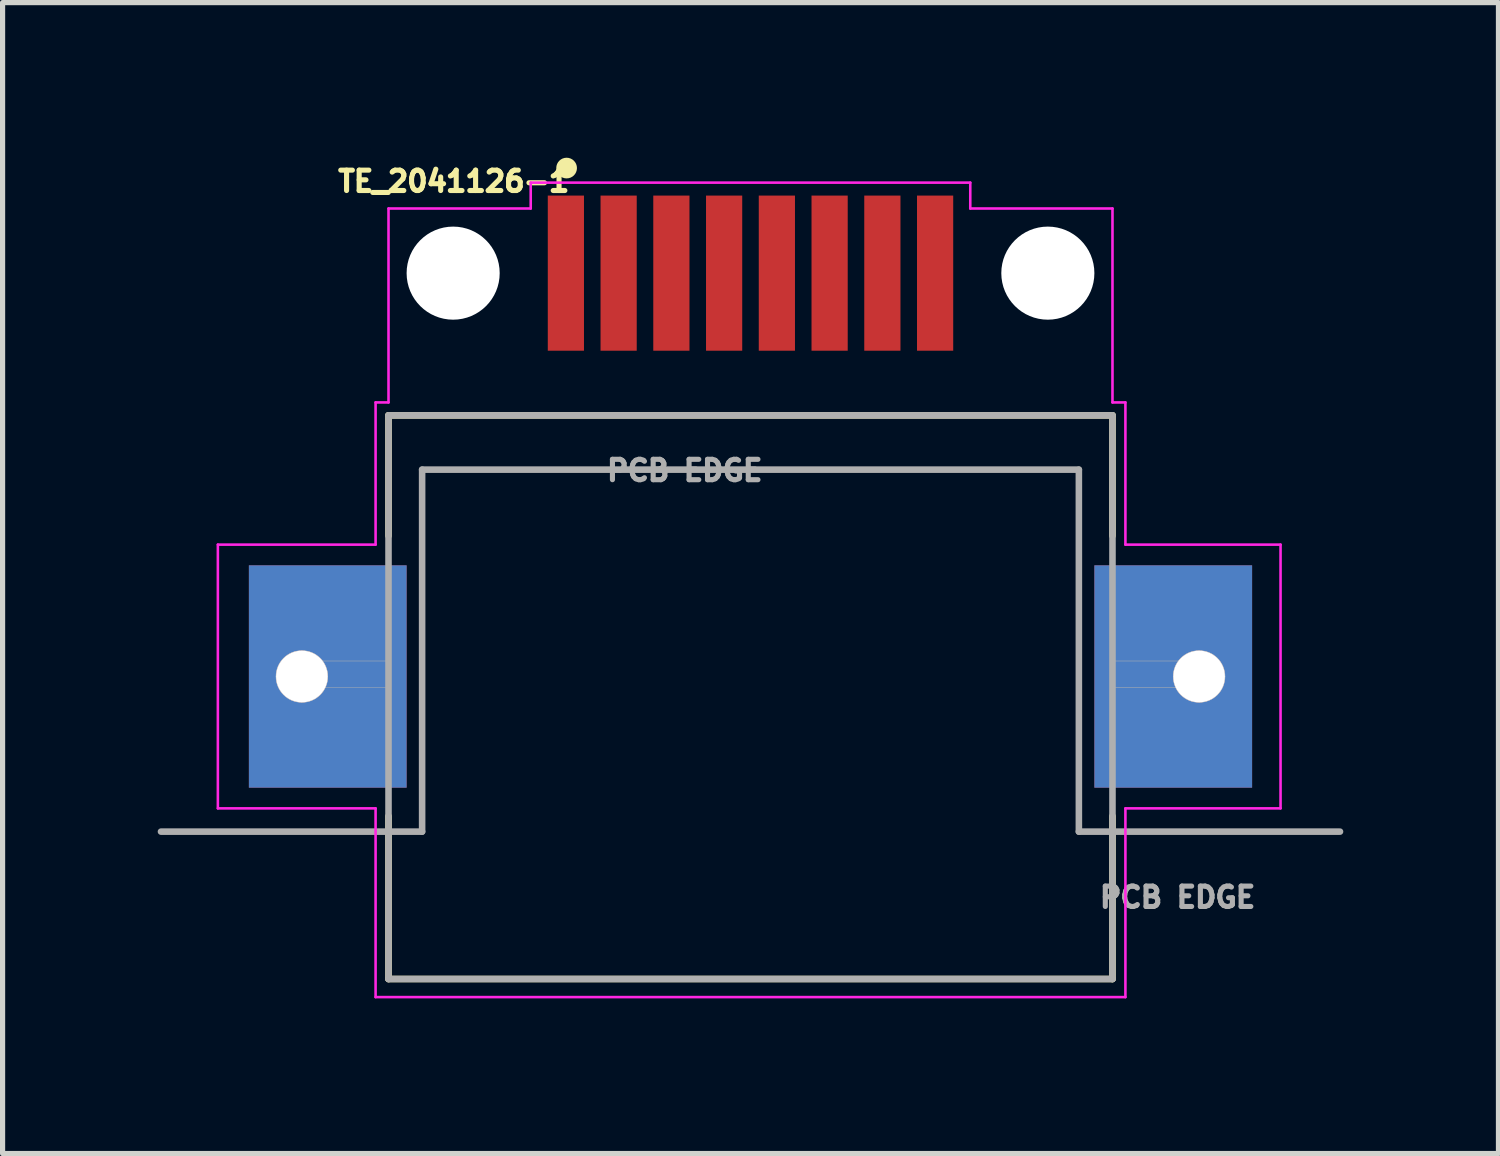
<source format=kicad_pcb>
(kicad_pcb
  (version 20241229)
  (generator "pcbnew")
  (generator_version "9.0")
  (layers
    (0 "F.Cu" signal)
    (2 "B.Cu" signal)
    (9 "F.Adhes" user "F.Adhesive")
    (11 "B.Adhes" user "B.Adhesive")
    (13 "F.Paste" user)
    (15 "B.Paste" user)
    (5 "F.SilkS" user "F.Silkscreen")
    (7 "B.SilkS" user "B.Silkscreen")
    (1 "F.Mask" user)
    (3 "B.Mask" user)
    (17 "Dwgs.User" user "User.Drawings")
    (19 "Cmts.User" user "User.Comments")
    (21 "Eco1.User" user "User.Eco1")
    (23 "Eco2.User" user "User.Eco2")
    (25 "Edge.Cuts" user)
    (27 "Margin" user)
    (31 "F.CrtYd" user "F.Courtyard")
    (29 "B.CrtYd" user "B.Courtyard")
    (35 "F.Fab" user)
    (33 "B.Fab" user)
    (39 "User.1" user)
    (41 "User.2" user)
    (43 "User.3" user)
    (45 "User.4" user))
  (footprint "TE_2041126-1"
    (layer "F.Cu")
    (at 11.463 2.232)
    (property "Reference" "TE_2041126-1" (at -5.738 -1.775 0) (layer "F.SilkS") (effects (font (size 0.394 0.394) (thickness 0.15))))
    (attr through_hole)
    (fp_poly (pts (xy -10.181 5.3) (xy -6.175 5.3) (xy -6.175 10.306) (xy -10.181 10.306)) (stroke (width 0.01) (type solid)) (fill yes) (layer "F.Mask"))
    (fp_poly (pts (xy 6.183 5.3) (xy 10.175 5.3) (xy 10.175 10.314) (xy 6.183 10.314)) (stroke (width 0.01) (type solid)) (fill yes) (layer "F.Mask"))
    (fp_poly (pts (xy -9.7 7.8) (xy -9.175 7.8) (xy -9.174 7.826) (xy -9.172 7.852) (xy -9.169 7.878) (xy -9.164 7.904) (xy -9.158 7.929) (xy -9.151 7.955) (xy -9.142 7.979) (xy -9.132 8.003) (xy -9.121 8.027) (xy -9.108 8.05) (xy -9.094 8.072) (xy -9.08 8.094) (xy -9.064 8.115) (xy -9.047 8.135) (xy -9.029 8.154) (xy -9.01 8.172) (xy -8.99 8.189) (xy -8.969 8.205) (xy -8.947 8.219) (xy -8.925 8.233) (xy -8.902 8.246) (xy -8.878 8.257) (xy -8.854 8.267) (xy -8.83 8.276) (xy -8.804 8.283) (xy -8.779 8.289) (xy -8.753 8.294) (xy -8.727 8.297) (xy -8.701 8.299) (xy -8.675 8.3) (xy -8.649 8.299) (xy -8.623 8.297) (xy -8.597 8.294) (xy -8.571 8.289) (xy -8.546 8.283) (xy -8.52 8.276) (xy -8.496 8.267) (xy -8.472 8.257) (xy -8.448 8.246) (xy -8.425 8.233) (xy -8.403 8.219) (xy -8.381 8.205) (xy -8.36 8.189) (xy -8.34 8.172) (xy -8.321 8.154) (xy -8.303 8.135) (xy -8.286 8.115) (xy -8.27 8.094) (xy -8.256 8.072) (xy -8.242 8.05) (xy -8.229 8.027) (xy -8.218 8.003) (xy -8.208 7.979) (xy -8.199 7.955) (xy -8.192 7.929) (xy -8.186 7.904) (xy -8.181 7.878) (xy -8.178 7.852) (xy -8.176 7.826) (xy -8.175 7.8) (xy -8.176 7.774) (xy -8.178 7.748) (xy -8.181 7.722) (xy -8.186 7.696) (xy -8.192 7.671) (xy -8.199 7.645) (xy -8.208 7.621) (xy -8.218 7.597) (xy -8.229 7.573) (xy -8.242 7.55) (xy -8.256 7.528) (xy -8.27 7.506) (xy -8.286 7.485) (xy -8.303 7.465) (xy -8.321 7.446) (xy -8.34 7.428) (xy -8.36 7.411) (xy -8.381 7.395) (xy -8.403 7.381) (xy -8.425 7.367) (xy -8.448 7.354) (xy -8.472 7.343) (xy -8.496 7.333) (xy -8.52 7.324) (xy -8.546 7.317) (xy -8.571 7.311) (xy -8.597 7.306) (xy -8.623 7.303) (xy -8.649 7.301) (xy -8.675 7.3) (xy -8.701 7.301) (xy -8.727 7.303) (xy -8.753 7.306) (xy -8.779 7.311) (xy -8.804 7.317) (xy -8.83 7.324) (xy -8.854 7.333) (xy -8.878 7.343) (xy -8.902 7.354) (xy -8.925 7.367) (xy -8.947 7.381) (xy -8.969 7.395) (xy -8.99 7.411) (xy -9.01 7.428) (xy -9.029 7.446) (xy -9.047 7.465) (xy -9.064 7.485) (xy -9.08 7.506) (xy -9.094 7.528) (xy -9.108 7.55) (xy -9.121 7.573) (xy -9.132 7.597) (xy -9.142 7.621) (xy -9.151 7.645) (xy -9.158 7.671) (xy -9.164 7.696) (xy -9.169 7.722) (xy -9.172 7.748) (xy -9.174 7.774) (xy -9.175 7.8) (xy -9.7 7.8) (xy -9.7 5.65) (xy -6.65 5.65) (xy -6.65 9.95) (xy -9.7 9.95) (xy -9.7 7.8)) (stroke (width 0.0001) (type solid)) (fill yes) (layer "B.Cu"))
    (fp_poly (pts (xy 9.7 7.8) (xy 9.175 7.8) (xy 9.174 7.826) (xy 9.172 7.852) (xy 9.169 7.878) (xy 9.164 7.904) (xy 9.158 7.929) (xy 9.151 7.955) (xy 9.142 7.979) (xy 9.132 8.003) (xy 9.121 8.027) (xy 9.108 8.05) (xy 9.094 8.072) (xy 9.08 8.094) (xy 9.064 8.115) (xy 9.047 8.135) (xy 9.029 8.154) (xy 9.01 8.172) (xy 8.99 8.189) (xy 8.969 8.205) (xy 8.947 8.219) (xy 8.925 8.233) (xy 8.902 8.246) (xy 8.878 8.257) (xy 8.854 8.267) (xy 8.83 8.276) (xy 8.804 8.283) (xy 8.779 8.289) (xy 8.753 8.294) (xy 8.727 8.297) (xy 8.701 8.299) (xy 8.675 8.3) (xy 8.649 8.299) (xy 8.623 8.297) (xy 8.597 8.294) (xy 8.571 8.289) (xy 8.546 8.283) (xy 8.52 8.276) (xy 8.496 8.267) (xy 8.472 8.257) (xy 8.448 8.246) (xy 8.425 8.233) (xy 8.403 8.219) (xy 8.381 8.205) (xy 8.36 8.189) (xy 8.34 8.172) (xy 8.321 8.154) (xy 8.303 8.135) (xy 8.286 8.115) (xy 8.27 8.094) (xy 8.256 8.072) (xy 8.242 8.05) (xy 8.229 8.027) (xy 8.218 8.003) (xy 8.208 7.979) (xy 8.199 7.955) (xy 8.192 7.929) (xy 8.186 7.904) (xy 8.181 7.878) (xy 8.178 7.852) (xy 8.176 7.826) (xy 8.175 7.8) (xy 8.176 7.774) (xy 8.178 7.748) (xy 8.181 7.722) (xy 8.186 7.696) (xy 8.192 7.671) (xy 8.199 7.645) (xy 8.208 7.621) (xy 8.218 7.597) (xy 8.229 7.573) (xy 8.242 7.55) (xy 8.256 7.528) (xy 8.27 7.506) (xy 8.286 7.485) (xy 8.303 7.465) (xy 8.321 7.446) (xy 8.34 7.428) (xy 8.36 7.411) (xy 8.381 7.395) (xy 8.403 7.381) (xy 8.425 7.367) (xy 8.448 7.354) (xy 8.472 7.343) (xy 8.496 7.333) (xy 8.52 7.324) (xy 8.546 7.317) (xy 8.571 7.311) (xy 8.597 7.306) (xy 8.623 7.303) (xy 8.649 7.301) (xy 8.675 7.3) (xy 8.701 7.301) (xy 8.727 7.303) (xy 8.753 7.306) (xy 8.779 7.311) (xy 8.804 7.317) (xy 8.83 7.324) (xy 8.854 7.333) (xy 8.878 7.343) (xy 8.902 7.354) (xy 8.925 7.367) (xy 8.947 7.381) (xy 8.969 7.395) (xy 8.99 7.411) (xy 9.01 7.428) (xy 9.029 7.446) (xy 9.047 7.465) (xy 9.064 7.485) (xy 9.08 7.506) (xy 9.094 7.528) (xy 9.108 7.55) (xy 9.121 7.573) (xy 9.132 7.597) (xy 9.142 7.621) (xy 9.151 7.645) (xy 9.158 7.671) (xy 9.164 7.696) (xy 9.169 7.722) (xy 9.172 7.748) (xy 9.174 7.774) (xy 9.175 7.8) (xy 9.7 7.8) (xy 9.7 5.65) (xy 6.65 5.65) (xy 6.65 9.95) (xy 9.7 9.95) (xy 9.7 7.8)) (stroke (width 0.0001) (type solid)) (fill yes) (layer "B.Cu"))
    (fp_poly (pts (xy -10.185 5.3) (xy -6.175 5.3) (xy -6.175 10.31) (xy -10.185 10.31)) (stroke (width 0.01) (type solid)) (fill yes) (layer "B.Mask"))
    (fp_poly (pts (xy 6.178 5.3) (xy 10.175 5.3) (xy 10.175 10.304) (xy 6.178 10.304)) (stroke (width 0.01) (type solid)) (fill yes) (layer "B.Mask"))
    (fp_line (start -7 2.75) (end 7 2.75) (stroke (width 0.127) (type solid)) (layer "F.SilkS"))
    (fp_line (start -7 5.08) (end -7 2.75) (stroke (width 0.127) (type solid)) (layer "F.SilkS"))
    (fp_line (start -7 10.5) (end -7 13.65) (stroke (width 0.127) (type solid)) (layer "F.SilkS"))
    (fp_line (start -7 13.65) (end 7 13.65) (stroke (width 0.127) (type solid)) (layer "F.SilkS"))
    (fp_line (start 7 5.08) (end 7 2.75) (stroke (width 0.127) (type solid)) (layer "F.SilkS"))
    (fp_line (start 7 13.65) (end 7 10.5) (stroke (width 0.127) (type solid)) (layer "F.SilkS"))
    (fp_circle (center -3.556 -2.032) (end -3.456 -2.032) (stroke (width 0.2) (type solid)) (fill no) (layer "F.SilkS"))
    (fp_poly (pts (xy -9.7 7.8) (xy -9.175 7.8) (xy -9.174 7.826) (xy -9.172 7.852) (xy -9.169 7.878) (xy -9.164 7.904) (xy -9.158 7.929) (xy -9.151 7.955) (xy -9.142 7.979) (xy -9.132 8.003) (xy -9.121 8.027) (xy -9.108 8.05) (xy -9.094 8.072) (xy -9.08 8.094) (xy -9.064 8.115) (xy -9.047 8.135) (xy -9.029 8.154) (xy -9.01 8.172) (xy -8.99 8.189) (xy -8.969 8.205) (xy -8.947 8.219) (xy -8.925 8.233) (xy -8.902 8.246) (xy -8.878 8.257) (xy -8.854 8.267) (xy -8.83 8.276) (xy -8.804 8.283) (xy -8.779 8.289) (xy -8.753 8.294) (xy -8.727 8.297) (xy -8.701 8.299) (xy -8.675 8.3) (xy -8.649 8.299) (xy -8.623 8.297) (xy -8.597 8.294) (xy -8.571 8.289) (xy -8.546 8.283) (xy -8.52 8.276) (xy -8.496 8.267) (xy -8.472 8.257) (xy -8.448 8.246) (xy -8.425 8.233) (xy -8.403 8.219) (xy -8.381 8.205) (xy -8.36 8.189) (xy -8.34 8.172) (xy -8.321 8.154) (xy -8.303 8.135) (xy -8.286 8.115) (xy -8.27 8.094) (xy -8.256 8.072) (xy -8.242 8.05) (xy -8.229 8.027) (xy -8.218 8.003) (xy -8.208 7.979) (xy -8.199 7.955) (xy -8.192 7.929) (xy -8.186 7.904) (xy -8.181 7.878) (xy -8.178 7.852) (xy -8.176 7.826) (xy -8.175 7.8) (xy -8.176 7.774) (xy -8.178 7.748) (xy -8.181 7.722) (xy -8.186 7.696) (xy -8.192 7.671) (xy -8.199 7.645) (xy -8.208 7.621) (xy -8.218 7.597) (xy -8.229 7.573) (xy -8.242 7.55) (xy -8.256 7.528) (xy -8.27 7.506) (xy -8.286 7.485) (xy -8.303 7.465) (xy -8.321 7.446) (xy -8.34 7.428) (xy -8.36 7.411) (xy -8.381 7.395) (xy -8.403 7.381) (xy -8.425 7.367) (xy -8.448 7.354) (xy -8.472 7.343) (xy -8.496 7.333) (xy -8.52 7.324) (xy -8.546 7.317) (xy -8.571 7.311) (xy -8.597 7.306) (xy -8.623 7.303) (xy -8.649 7.301) (xy -8.675 7.3) (xy -8.701 7.301) (xy -8.727 7.303) (xy -8.753 7.306) (xy -8.779 7.311) (xy -8.804 7.317) (xy -8.83 7.324) (xy -8.854 7.333) (xy -8.878 7.343) (xy -8.902 7.354) (xy -8.925 7.367) (xy -8.947 7.381) (xy -8.969 7.395) (xy -8.99 7.411) (xy -9.01 7.428) (xy -9.029 7.446) (xy -9.047 7.465) (xy -9.064 7.485) (xy -9.08 7.506) (xy -9.094 7.528) (xy -9.108 7.55) (xy -9.121 7.573) (xy -9.132 7.597) (xy -9.142 7.621) (xy -9.151 7.645) (xy -9.158 7.671) (xy -9.164 7.696) (xy -9.169 7.722) (xy -9.172 7.748) (xy -9.174 7.774) (xy -9.175 7.8) (xy -9.7 7.8) (xy -9.7 5.65) (xy -6.65 5.65) (xy -6.65 9.95) (xy -9.7 9.95) (xy -9.7 7.8)) (stroke (width 0.0001) (type solid)) (fill yes) (layer "F.Paste"))
    (fp_poly (pts (xy 9.7 7.8) (xy 9.175 7.8) (xy 9.174 7.826) (xy 9.172 7.852) (xy 9.169 7.878) (xy 9.164 7.904) (xy 9.158 7.929) (xy 9.151 7.955) (xy 9.142 7.979) (xy 9.132 8.003) (xy 9.121 8.027) (xy 9.108 8.05) (xy 9.094 8.072) (xy 9.08 8.094) (xy 9.064 8.115) (xy 9.047 8.135) (xy 9.029 8.154) (xy 9.01 8.172) (xy 8.99 8.189) (xy 8.969 8.205) (xy 8.947 8.219) (xy 8.925 8.233) (xy 8.902 8.246) (xy 8.878 8.257) (xy 8.854 8.267) (xy 8.83 8.276) (xy 8.804 8.283) (xy 8.779 8.289) (xy 8.753 8.294) (xy 8.727 8.297) (xy 8.701 8.299) (xy 8.675 8.3) (xy 8.649 8.299) (xy 8.623 8.297) (xy 8.597 8.294) (xy 8.571 8.289) (xy 8.546 8.283) (xy 8.52 8.276) (xy 8.496 8.267) (xy 8.472 8.257) (xy 8.448 8.246) (xy 8.425 8.233) (xy 8.403 8.219) (xy 8.381 8.205) (xy 8.36 8.189) (xy 8.34 8.172) (xy 8.321 8.154) (xy 8.303 8.135) (xy 8.286 8.115) (xy 8.27 8.094) (xy 8.256 8.072) (xy 8.242 8.05) (xy 8.229 8.027) (xy 8.218 8.003) (xy 8.208 7.979) (xy 8.199 7.955) (xy 8.192 7.929) (xy 8.186 7.904) (xy 8.181 7.878) (xy 8.178 7.852) (xy 8.176 7.826) (xy 8.175 7.8) (xy 8.176 7.774) (xy 8.178 7.748) (xy 8.181 7.722) (xy 8.186 7.696) (xy 8.192 7.671) (xy 8.199 7.645) (xy 8.208 7.621) (xy 8.218 7.597) (xy 8.229 7.573) (xy 8.242 7.55) (xy 8.256 7.528) (xy 8.27 7.506) (xy 8.286 7.485) (xy 8.303 7.465) (xy 8.321 7.446) (xy 8.34 7.428) (xy 8.36 7.411) (xy 8.381 7.395) (xy 8.403 7.381) (xy 8.425 7.367) (xy 8.448 7.354) (xy 8.472 7.343) (xy 8.496 7.333) (xy 8.52 7.324) (xy 8.546 7.317) (xy 8.571 7.311) (xy 8.597 7.306) (xy 8.623 7.303) (xy 8.649 7.301) (xy 8.675 7.3) (xy 8.701 7.301) (xy 8.727 7.303) (xy 8.753 7.306) (xy 8.779 7.311) (xy 8.804 7.317) (xy 8.83 7.324) (xy 8.854 7.333) (xy 8.878 7.343) (xy 8.902 7.354) (xy 8.925 7.367) (xy 8.947 7.381) (xy 8.969 7.395) (xy 8.99 7.411) (xy 9.01 7.428) (xy 9.029 7.446) (xy 9.047 7.465) (xy 9.064 7.485) (xy 9.08 7.506) (xy 9.094 7.528) (xy 9.108 7.55) (xy 9.121 7.573) (xy 9.132 7.597) (xy 9.142 7.621) (xy 9.151 7.645) (xy 9.158 7.671) (xy 9.164 7.696) (xy 9.169 7.722) (xy 9.172 7.748) (xy 9.174 7.774) (xy 9.175 7.8) (xy 9.7 7.8) (xy 9.7 5.65) (xy 6.65 5.65) (xy 6.65 9.95) (xy 9.7 9.95) (xy 9.7 7.8)) (stroke (width 0.0001) (type solid)) (fill yes) (layer "F.Paste"))
    (fp_poly (pts (xy -9.7 7.8) (xy -9.175 7.8) (xy -9.174 7.826) (xy -9.172 7.852) (xy -9.169 7.878) (xy -9.164 7.904) (xy -9.158 7.929) (xy -9.151 7.955) (xy -9.142 7.979) (xy -9.132 8.003) (xy -9.121 8.027) (xy -9.108 8.05) (xy -9.094 8.072) (xy -9.08 8.094) (xy -9.064 8.115) (xy -9.047 8.135) (xy -9.029 8.154) (xy -9.01 8.172) (xy -8.99 8.189) (xy -8.969 8.205) (xy -8.947 8.219) (xy -8.925 8.233) (xy -8.902 8.246) (xy -8.878 8.257) (xy -8.854 8.267) (xy -8.83 8.276) (xy -8.804 8.283) (xy -8.779 8.289) (xy -8.753 8.294) (xy -8.727 8.297) (xy -8.701 8.299) (xy -8.675 8.3) (xy -8.649 8.299) (xy -8.623 8.297) (xy -8.597 8.294) (xy -8.571 8.289) (xy -8.546 8.283) (xy -8.52 8.276) (xy -8.496 8.267) (xy -8.472 8.257) (xy -8.448 8.246) (xy -8.425 8.233) (xy -8.403 8.219) (xy -8.381 8.205) (xy -8.36 8.189) (xy -8.34 8.172) (xy -8.321 8.154) (xy -8.303 8.135) (xy -8.286 8.115) (xy -8.27 8.094) (xy -8.256 8.072) (xy -8.242 8.05) (xy -8.229 8.027) (xy -8.218 8.003) (xy -8.208 7.979) (xy -8.199 7.955) (xy -8.192 7.929) (xy -8.186 7.904) (xy -8.181 7.878) (xy -8.178 7.852) (xy -8.176 7.826) (xy -8.175 7.8) (xy -8.176 7.774) (xy -8.178 7.748) (xy -8.181 7.722) (xy -8.186 7.696) (xy -8.192 7.671) (xy -8.199 7.645) (xy -8.208 7.621) (xy -8.218 7.597) (xy -8.229 7.573) (xy -8.242 7.55) (xy -8.256 7.528) (xy -8.27 7.506) (xy -8.286 7.485) (xy -8.303 7.465) (xy -8.321 7.446) (xy -8.34 7.428) (xy -8.36 7.411) (xy -8.381 7.395) (xy -8.403 7.381) (xy -8.425 7.367) (xy -8.448 7.354) (xy -8.472 7.343) (xy -8.496 7.333) (xy -8.52 7.324) (xy -8.546 7.317) (xy -8.571 7.311) (xy -8.597 7.306) (xy -8.623 7.303) (xy -8.649 7.301) (xy -8.675 7.3) (xy -8.701 7.301) (xy -8.727 7.303) (xy -8.753 7.306) (xy -8.779 7.311) (xy -8.804 7.317) (xy -8.83 7.324) (xy -8.854 7.333) (xy -8.878 7.343) (xy -8.902 7.354) (xy -8.925 7.367) (xy -8.947 7.381) (xy -8.969 7.395) (xy -8.99 7.411) (xy -9.01 7.428) (xy -9.029 7.446) (xy -9.047 7.465) (xy -9.064 7.485) (xy -9.08 7.506) (xy -9.094 7.528) (xy -9.108 7.55) (xy -9.121 7.573) (xy -9.132 7.597) (xy -9.142 7.621) (xy -9.151 7.645) (xy -9.158 7.671) (xy -9.164 7.696) (xy -9.169 7.722) (xy -9.172 7.748) (xy -9.174 7.774) (xy -9.175 7.8) (xy -9.7 7.8) (xy -9.7 5.65) (xy -6.65 5.65) (xy -6.65 9.95) (xy -9.7 9.95) (xy -9.7 7.8)) (stroke (width 0.0001) (type solid)) (fill yes) (layer "B.Paste"))
    (fp_poly (pts (xy 9.7 7.8) (xy 9.175 7.8) (xy 9.174 7.826) (xy 9.172 7.852) (xy 9.169 7.878) (xy 9.164 7.904) (xy 9.158 7.929) (xy 9.151 7.955) (xy 9.142 7.979) (xy 9.132 8.003) (xy 9.121 8.027) (xy 9.108 8.05) (xy 9.094 8.072) (xy 9.08 8.094) (xy 9.064 8.115) (xy 9.047 8.135) (xy 9.029 8.154) (xy 9.01 8.172) (xy 8.99 8.189) (xy 8.969 8.205) (xy 8.947 8.219) (xy 8.925 8.233) (xy 8.902 8.246) (xy 8.878 8.257) (xy 8.854 8.267) (xy 8.83 8.276) (xy 8.804 8.283) (xy 8.779 8.289) (xy 8.753 8.294) (xy 8.727 8.297) (xy 8.701 8.299) (xy 8.675 8.3) (xy 8.649 8.299) (xy 8.623 8.297) (xy 8.597 8.294) (xy 8.571 8.289) (xy 8.546 8.283) (xy 8.52 8.276) (xy 8.496 8.267) (xy 8.472 8.257) (xy 8.448 8.246) (xy 8.425 8.233) (xy 8.403 8.219) (xy 8.381 8.205) (xy 8.36 8.189) (xy 8.34 8.172) (xy 8.321 8.154) (xy 8.303 8.135) (xy 8.286 8.115) (xy 8.27 8.094) (xy 8.256 8.072) (xy 8.242 8.05) (xy 8.229 8.027) (xy 8.218 8.003) (xy 8.208 7.979) (xy 8.199 7.955) (xy 8.192 7.929) (xy 8.186 7.904) (xy 8.181 7.878) (xy 8.178 7.852) (xy 8.176 7.826) (xy 8.175 7.8) (xy 8.176 7.774) (xy 8.178 7.748) (xy 8.181 7.722) (xy 8.186 7.696) (xy 8.192 7.671) (xy 8.199 7.645) (xy 8.208 7.621) (xy 8.218 7.597) (xy 8.229 7.573) (xy 8.242 7.55) (xy 8.256 7.528) (xy 8.27 7.506) (xy 8.286 7.485) (xy 8.303 7.465) (xy 8.321 7.446) (xy 8.34 7.428) (xy 8.36 7.411) (xy 8.381 7.395) (xy 8.403 7.381) (xy 8.425 7.367) (xy 8.448 7.354) (xy 8.472 7.343) (xy 8.496 7.333) (xy 8.52 7.324) (xy 8.546 7.317) (xy 8.571 7.311) (xy 8.597 7.306) (xy 8.623 7.303) (xy 8.649 7.301) (xy 8.675 7.3) (xy 8.701 7.301) (xy 8.727 7.303) (xy 8.753 7.306) (xy 8.779 7.311) (xy 8.804 7.317) (xy 8.83 7.324) (xy 8.854 7.333) (xy 8.878 7.343) (xy 8.902 7.354) (xy 8.925 7.367) (xy 8.947 7.381) (xy 8.969 7.395) (xy 8.99 7.411) (xy 9.01 7.428) (xy 9.029 7.446) (xy 9.047 7.465) (xy 9.064 7.485) (xy 9.08 7.506) (xy 9.094 7.528) (xy 9.108 7.55) (xy 9.121 7.573) (xy 9.132 7.597) (xy 9.142 7.621) (xy 9.151 7.645) (xy 9.158 7.671) (xy 9.164 7.696) (xy 9.169 7.722) (xy 9.172 7.748) (xy 9.174 7.774) (xy 9.175 7.8) (xy 9.7 7.8) (xy 9.7 5.65) (xy 6.65 5.65) (xy 6.65 9.95) (xy 9.7 9.95) (xy 9.7 7.8)) (stroke (width 0.0001) (type solid)) (fill yes) (layer "B.Paste"))
    (fp_arc (start -9.175 7.8) (mid -9.028553 7.446447) (end -8.675 7.3) (stroke (width 0.01) (type solid)) (layer "Edge.Cuts"))
    (fp_arc (start -8.675 7.3) (mid -8.321447 7.446447) (end -8.175 7.8) (stroke (width 0.01) (type solid)) (layer "Edge.Cuts"))
    (fp_arc (start -8.675 8.3) (mid -9.028553 8.153553) (end -9.175 7.8) (stroke (width 0.01) (type solid)) (layer "Edge.Cuts"))
    (fp_arc (start -8.175 7.8) (mid -8.321447 8.153553) (end -8.675 8.3) (stroke (width 0.01) (type solid)) (layer "Edge.Cuts"))
    (fp_arc (start 8.175 7.8) (mid 8.321447 7.446447) (end 8.675 7.3) (stroke (width 0.01) (type solid)) (layer "Edge.Cuts"))
    (fp_arc (start 8.675 7.3) (mid 9.028553 7.446447) (end 9.175 7.8) (stroke (width 0.01) (type solid)) (layer "Edge.Cuts"))
    (fp_arc (start 8.675 8.3) (mid 8.321447 8.153553) (end 8.175 7.8) (stroke (width 0.01) (type solid)) (layer "Edge.Cuts"))
    (fp_arc (start 9.175 7.8) (mid 9.028553 8.153553) (end 8.675 8.3) (stroke (width 0.01) (type solid)) (layer "Edge.Cuts"))
    (fp_line (start -10.3 5.25) (end -10.3 10.35) (stroke (width 0.05) (type solid)) (layer "F.CrtYd"))
    (fp_line (start -10.3 10.35) (end -7.25 10.35) (stroke (width 0.05) (type solid)) (layer "F.CrtYd"))
    (fp_line (start -7.25 2.5) (end -7.25 5.25) (stroke (width 0.05) (type solid)) (layer "F.CrtYd"))
    (fp_line (start -7.25 2.5) (end -7 2.5) (stroke (width 0.05) (type solid)) (layer "F.CrtYd"))
    (fp_line (start -7.25 5.25) (end -10.3 5.25) (stroke (width 0.05) (type solid)) (layer "F.CrtYd"))
    (fp_line (start -7.25 10.35) (end -7.25 14) (stroke (width 0.05) (type solid)) (layer "F.CrtYd"))
    (fp_line (start -7 -1.25) (end -4.25 -1.25) (stroke (width 0.05) (type solid)) (layer "F.CrtYd"))
    (fp_line (start -7 2.5) (end -7 -1.25) (stroke (width 0.05) (type solid)) (layer "F.CrtYd"))
    (fp_line (start -4.25 -1.75) (end 4.25 -1.75) (stroke (width 0.05) (type solid)) (layer "F.CrtYd"))
    (fp_line (start -4.25 -1.25) (end -4.25 -1.75) (stroke (width 0.05) (type solid)) (layer "F.CrtYd"))
    (fp_line (start 4.25 -1.75) (end 4.25 -1.25) (stroke (width 0.05) (type solid)) (layer "F.CrtYd"))
    (fp_line (start 4.25 -1.25) (end 7 -1.25) (stroke (width 0.05) (type solid)) (layer "F.CrtYd"))
    (fp_line (start 7 -1.25) (end 7 2.5) (stroke (width 0.05) (type solid)) (layer "F.CrtYd"))
    (fp_line (start 7 2.5) (end 7.25 2.5) (stroke (width 0.05) (type solid)) (layer "F.CrtYd"))
    (fp_line (start 7.25 2.5) (end 7.25 5.25) (stroke (width 0.05) (type solid)) (layer "F.CrtYd"))
    (fp_line (start 7.25 5.25) (end 10.25 5.25) (stroke (width 0.05) (type solid)) (layer "F.CrtYd"))
    (fp_line (start 7.25 10.35) (end 7.25 14) (stroke (width 0.05) (type solid)) (layer "F.CrtYd"))
    (fp_line (start 7.25 14) (end -7.25 14) (stroke (width 0.05) (type solid)) (layer "F.CrtYd"))
    (fp_line (start 10.25 5.25) (end 10.25 10.35) (stroke (width 0.05) (type solid)) (layer "F.CrtYd"))
    (fp_line (start 10.25 10.35) (end 7.25 10.35) (stroke (width 0.05) (type solid)) (layer "F.CrtYd"))
    (fp_line (start -7 2.75) (end -7 13.65) (stroke (width 0.127) (type solid)) (layer "F.Fab"))
    (fp_line (start -7 2.75) (end 7 2.75) (stroke (width 0.127) (type solid)) (layer "F.Fab"))
    (fp_line (start -7 13.65) (end 7 13.65) (stroke (width 0.127) (type solid)) (layer "F.Fab"))
    (fp_line (start -6.35 3.8) (end -6.35 10.8) (stroke (width 0.127) (type solid)) (layer "F.Fab"))
    (fp_line (start -6.35 3.8) (end 6.35 3.8) (stroke (width 0.127) (type solid)) (layer "F.Fab"))
    (fp_line (start -6.35 10.8) (end -11.4 10.8) (stroke (width 0.127) (type solid)) (layer "F.Fab"))
    (fp_line (start 6.35 3.8) (end 6.35 10.8) (stroke (width 0.127) (type solid)) (layer "F.Fab"))
    (fp_line (start 6.35 10.8) (end 11.4 10.8) (stroke (width 0.127) (type solid)) (layer "F.Fab"))
    (fp_line (start 7 13.65) (end 7 2.75) (stroke (width 0.127) (type solid)) (layer "F.Fab"))
    (fp_poly (pts (xy -8.765 7.5) (xy -7 7.5) (xy -7 8.014) (xy -8.765 8.014)) (stroke (width 0.01) (type solid)) (fill no) (layer "F.Fab"))
    (fp_poly (pts (xy 7.007 7.5) (xy 8.75 7.5) (xy 8.75 8.008) (xy 7.007 8.008)) (stroke (width 0.01) (type solid)) (fill no) (layer "F.Fab"))
    (fp_text user "PCB EDGE" (at -1.272 3.817 0) (layer "F.Fab") (effects (font (size 0.394 0.394) (thickness 0.15))))
    (fp_text user "PCB EDGE" (at 8.259 12.07 0) (layer "F.Fab") (effects (font (size 0.394 0.394) (thickness 0.15))))
    (pad "" np_thru_hole circle (at -8.675 7.8) (size 1 1) (drill 1) (layers "*.Cu" "*.Mask"))
    (pad "" np_thru_hole circle (at -5.75 0) (size 1.8 1.8) (drill 1.8) (layers "*.Cu" "*.Mask"))
    (pad "" np_thru_hole circle (at 5.75 0) (size 1.8 1.8) (drill 1.8) (layers "*.Cu" "*.Mask"))
    (pad "" np_thru_hole circle (at 8.675 7.8) (size 1 1) (drill 1) (layers "*.Cu" "*.Mask"))
    (pad "1" smd rect (at -3.57 0 270) (size 3 0.7) (layers "F.Cu" "F.Mask" "F.Paste"))
    (pad "2" smd rect (at -2.55 0 270) (size 3 0.7) (layers "F.Cu" "F.Mask" "F.Paste"))
    (pad "3" smd rect (at -1.53 0 270) (size 3 0.7) (layers "F.Cu" "F.Mask" "F.Paste"))
    (pad "4" smd rect (at -0.51 0 270) (size 3 0.7) (layers "F.Cu" "F.Mask" "F.Paste"))
    (pad "5" smd rect (at 0.51 0 270) (size 3 0.7) (layers "F.Cu" "F.Mask" "F.Paste"))
    (pad "6" smd rect (at 1.53 0 270) (size 3 0.7) (layers "F.Cu" "F.Mask" "F.Paste"))
    (pad "7" smd rect (at 2.55 0 270) (size 3 0.7) (layers "F.Cu" "F.Mask" "F.Paste"))
    (pad "8" smd rect (at 3.57 0 270) (size 3 0.7) (layers "F.Cu" "F.Mask" "F.Paste"))
    (pad "S1" smd custom (at -6.925 7.8) (size 0.1 0.1) (layers "F.Cu") (options (anchor rect)) (primitives (gr_poly (pts (xy -2.775 0) (xy -2.25 0) (xy -2.249 0.026) (xy -2.247 0.052) (xy -2.244 0.078) (xy -2.239 0.104) (xy -2.233 0.129) (xy -2.226 0.155) (xy -2.217 0.179) (xy -2.207 0.203) (xy -2.196 0.227) (xy -2.183 0.25) (xy -2.169 0.272) (xy -2.155 0.294) (xy -2.139 0.315) (xy -2.122 0.335) (xy -2.104 0.354) (xy -2.085 0.372) (xy -2.065 0.389) (xy -2.044 0.405) (xy -2.022 0.419) (xy -2 0.433) (xy -1.977 0.446) (xy -1.953 0.457) (xy -1.929 0.467) (xy -1.905 0.476) (xy -1.879 0.483) (xy -1.854 0.489) (xy -1.828 0.494) (xy -1.802 0.497) (xy -1.776 0.499) (xy -1.75 0.5) (xy -1.724 0.499) (xy -1.698 0.497) (xy -1.672 0.494) (xy -1.646 0.489) (xy -1.621 0.483) (xy -1.595 0.476) (xy -1.571 0.467) (xy -1.547 0.457) (xy -1.523 0.446) (xy -1.5 0.433) (xy -1.478 0.419) (xy -1.456 0.405) (xy -1.435 0.389) (xy -1.415 0.372) (xy -1.396 0.354) (xy -1.378 0.335) (xy -1.361 0.315) (xy -1.345 0.294) (xy -1.331 0.272) (xy -1.317 0.25) (xy -1.304 0.227) (xy -1.293 0.203) (xy -1.283 0.179) (xy -1.274 0.155) (xy -1.267 0.129) (xy -1.261 0.104) (xy -1.256 0.078) (xy -1.253 0.052) (xy -1.251 0.026) (xy -1.25 0) (xy -1.251 -0.026) (xy -1.253 -0.052) (xy -1.256 -0.078) (xy -1.261 -0.104) (xy -1.267 -0.129) (xy -1.274 -0.155) (xy -1.283 -0.179) (xy -1.293 -0.203) (xy -1.304 -0.227) (xy -1.317 -0.25) (xy -1.331 -0.272) (xy -1.345 -0.294) (xy -1.361 -0.315) (xy -1.378 -0.335) (xy -1.396 -0.354) (xy -1.415 -0.372) (xy -1.435 -0.389) (xy -1.456 -0.405) (xy -1.478 -0.419) (xy -1.5 -0.433) (xy -1.523 -0.446) (xy -1.547 -0.457) (xy -1.571 -0.467) (xy -1.595 -0.476) (xy -1.621 -0.483) (xy -1.646 -0.489) (xy -1.672 -0.494) (xy -1.698 -0.497) (xy -1.724 -0.499) (xy -1.75 -0.5) (xy -1.776 -0.499) (xy -1.802 -0.497) (xy -1.828 -0.494) (xy -1.854 -0.489) (xy -1.879 -0.483) (xy -1.905 -0.476) (xy -1.929 -0.467) (xy -1.953 -0.457) (xy -1.977 -0.446) (xy -2 -0.433) (xy -2.022 -0.419) (xy -2.044 -0.405) (xy -2.065 -0.389) (xy -2.085 -0.372) (xy -2.104 -0.354) (xy -2.122 -0.335) (xy -2.139 -0.315) (xy -2.155 -0.294) (xy -2.169 -0.272) (xy -2.183 -0.25) (xy -2.196 -0.227) (xy -2.207 -0.203) (xy -2.217 -0.179) (xy -2.226 -0.155) (xy -2.233 -0.129) (xy -2.239 -0.104) (xy -2.244 -0.078) (xy -2.247 -0.052) (xy -2.249 -0.026) (xy -2.25 0) (xy -2.775 0) (xy -2.775 -2.15) (xy 0.275 -2.15) (xy 0.275 2.15) (xy -2.775 2.15) (xy -2.775 0)) (width 0.0001) (fill yes))))
    (pad "S2" smd custom (at 6.925 7.8) (size 0.1 0.1) (layers "F.Cu") (options (anchor rect)) (primitives (gr_poly (pts (xy 2.775 0) (xy 2.25 0) (xy 2.249 0.026) (xy 2.247 0.052) (xy 2.244 0.078) (xy 2.239 0.104) (xy 2.233 0.129) (xy 2.226 0.155) (xy 2.217 0.179) (xy 2.207 0.203) (xy 2.196 0.227) (xy 2.183 0.25) (xy 2.169 0.272) (xy 2.155 0.294) (xy 2.139 0.315) (xy 2.122 0.335) (xy 2.104 0.354) (xy 2.085 0.372) (xy 2.065 0.389) (xy 2.044 0.405) (xy 2.022 0.419) (xy 2 0.433) (xy 1.977 0.446) (xy 1.953 0.457) (xy 1.929 0.467) (xy 1.905 0.476) (xy 1.879 0.483) (xy 1.854 0.489) (xy 1.828 0.494) (xy 1.802 0.497) (xy 1.776 0.499) (xy 1.75 0.5) (xy 1.724 0.499) (xy 1.698 0.497) (xy 1.672 0.494) (xy 1.646 0.489) (xy 1.621 0.483) (xy 1.595 0.476) (xy 1.571 0.467) (xy 1.547 0.457) (xy 1.523 0.446) (xy 1.5 0.433) (xy 1.478 0.419) (xy 1.456 0.405) (xy 1.435 0.389) (xy 1.415 0.372) (xy 1.396 0.354) (xy 1.378 0.335) (xy 1.361 0.315) (xy 1.345 0.294) (xy 1.331 0.272) (xy 1.317 0.25) (xy 1.304 0.227) (xy 1.293 0.203) (xy 1.283 0.179) (xy 1.274 0.155) (xy 1.267 0.129) (xy 1.261 0.104) (xy 1.256 0.078) (xy 1.253 0.052) (xy 1.251 0.026) (xy 1.25 0) (xy 1.251 -0.026) (xy 1.253 -0.052) (xy 1.256 -0.078) (xy 1.261 -0.104) (xy 1.267 -0.129) (xy 1.274 -0.155) (xy 1.283 -0.179) (xy 1.293 -0.203) (xy 1.304 -0.227) (xy 1.317 -0.25) (xy 1.331 -0.272) (xy 1.345 -0.294) (xy 1.361 -0.315) (xy 1.378 -0.335) (xy 1.396 -0.354) (xy 1.415 -0.372) (xy 1.435 -0.389) (xy 1.456 -0.405) (xy 1.478 -0.419) (xy 1.5 -0.433) (xy 1.523 -0.446) (xy 1.547 -0.457) (xy 1.571 -0.467) (xy 1.595 -0.476) (xy 1.621 -0.483) (xy 1.646 -0.489) (xy 1.672 -0.494) (xy 1.698 -0.497) (xy 1.724 -0.499) (xy 1.75 -0.5) (xy 1.776 -0.499) (xy 1.802 -0.497) (xy 1.828 -0.494) (xy 1.854 -0.489) (xy 1.879 -0.483) (xy 1.905 -0.476) (xy 1.929 -0.467) (xy 1.953 -0.457) (xy 1.977 -0.446) (xy 2 -0.433) (xy 2.022 -0.419) (xy 2.044 -0.405) (xy 2.065 -0.389) (xy 2.085 -0.372) (xy 2.104 -0.354) (xy 2.122 -0.335) (xy 2.139 -0.315) (xy 2.155 -0.294) (xy 2.169 -0.272) (xy 2.183 -0.25) (xy 2.196 -0.227) (xy 2.207 -0.203) (xy 2.217 -0.179) (xy 2.226 -0.155) (xy 2.233 -0.129) (xy 2.239 -0.104) (xy 2.244 -0.078) (xy 2.247 -0.052) (xy 2.249 -0.026) (xy 2.25 0) (xy 2.775 0) (xy 2.775 -2.15) (xy -0.275 -2.15) (xy -0.275 2.15) (xy 2.775 2.15) (xy 2.775 0)) (width 0.0001) (fill yes)))))
  (gr_rect
    (start -3 -3)
    (end 25.927 19.257)
    (stroke (width 0.1) (type default))
    (fill no)
    (layer "Edge.Cuts")))
</source>
